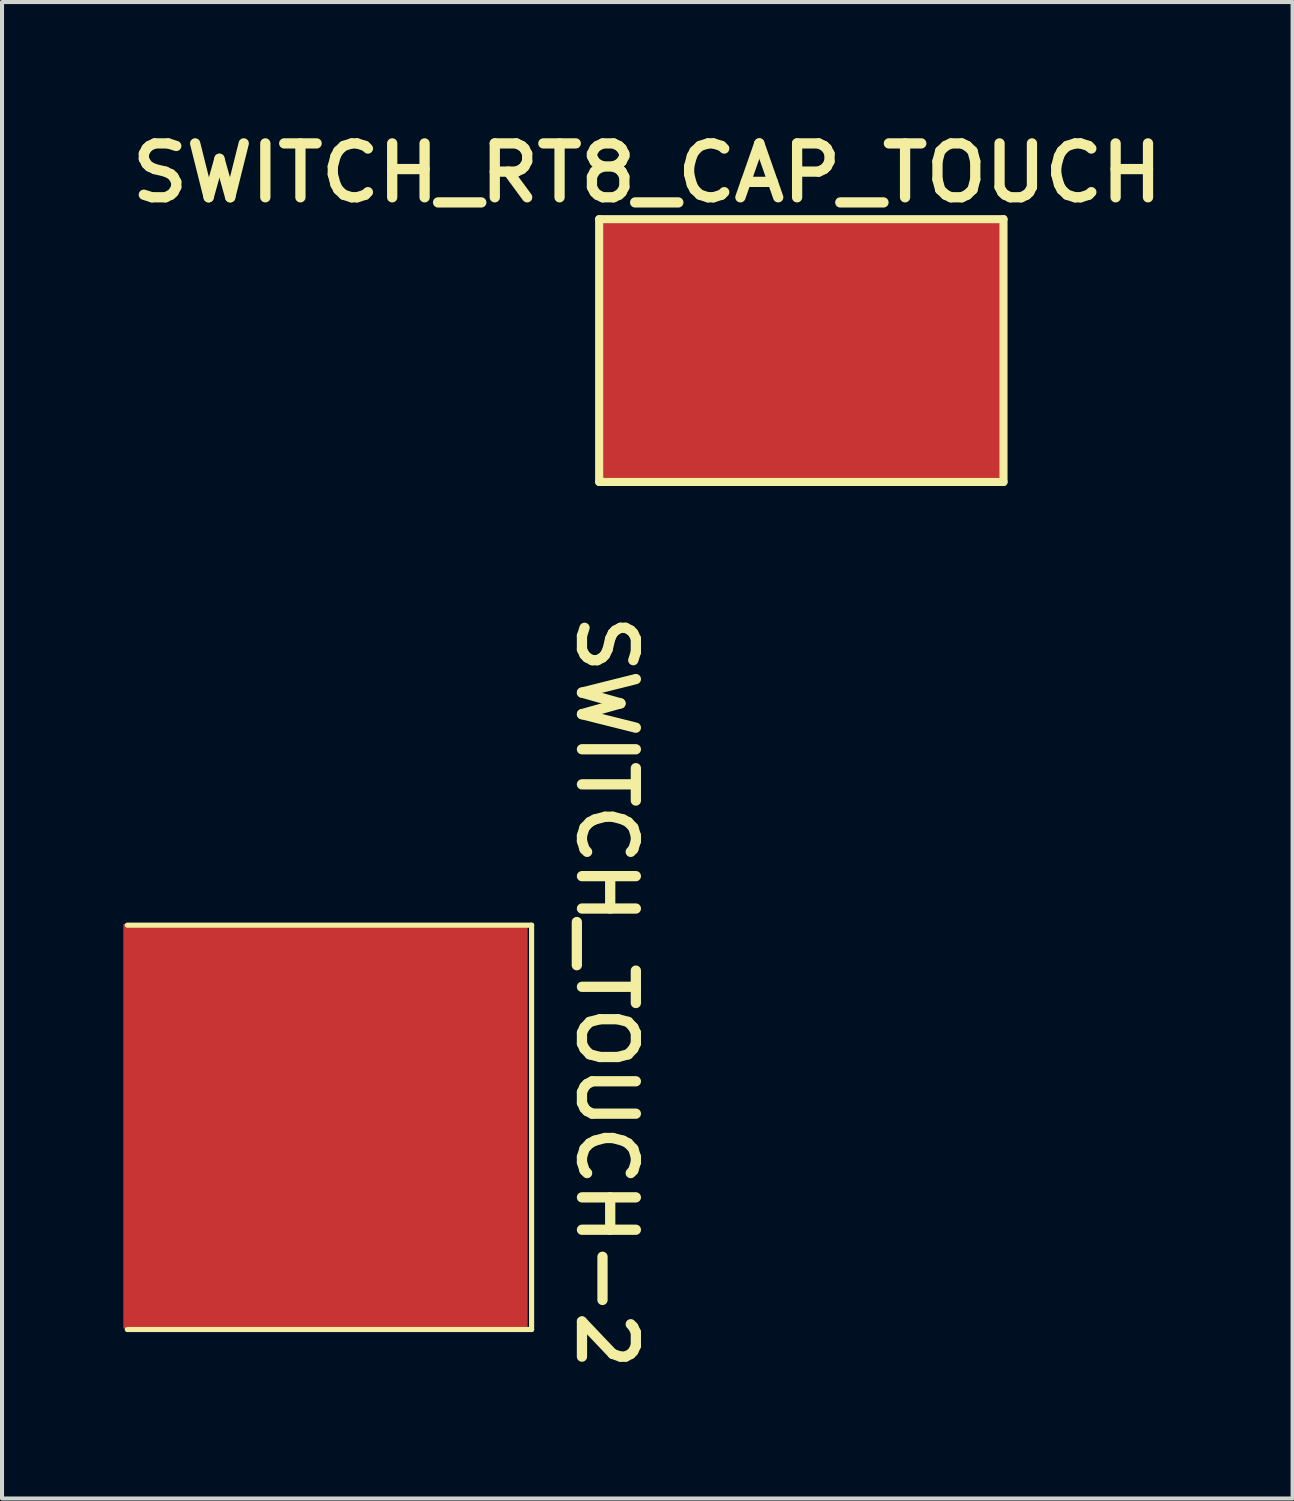
<source format=kicad_pcb>
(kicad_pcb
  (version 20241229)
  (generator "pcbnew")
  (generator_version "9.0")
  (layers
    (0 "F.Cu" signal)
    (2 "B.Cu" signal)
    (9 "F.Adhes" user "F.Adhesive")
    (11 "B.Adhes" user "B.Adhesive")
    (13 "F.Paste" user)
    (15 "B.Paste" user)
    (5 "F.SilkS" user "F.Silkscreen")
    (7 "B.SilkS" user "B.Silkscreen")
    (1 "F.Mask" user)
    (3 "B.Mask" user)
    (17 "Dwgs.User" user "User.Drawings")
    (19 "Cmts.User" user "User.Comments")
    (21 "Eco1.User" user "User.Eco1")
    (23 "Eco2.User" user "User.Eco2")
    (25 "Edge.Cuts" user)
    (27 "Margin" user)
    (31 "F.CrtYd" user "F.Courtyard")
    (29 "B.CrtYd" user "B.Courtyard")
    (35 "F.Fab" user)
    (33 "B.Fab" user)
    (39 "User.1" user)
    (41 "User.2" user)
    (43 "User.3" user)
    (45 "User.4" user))
  (footprint "SWITCH_RT8_CAP_TOUCH"
    (layer "F.Cu")
    (at 16.49 5.036)
    (property "Reference" "SWITCH_RT8_CAP_TOUCH" (at -3.531 -3.81 0) (unlocked yes) (layer "F.SilkS") (effects (font (size 1.333 1.402) (thickness 0.254))))
    (attr smd)
    (fp_line (start -4.721 3.834) (end -4.721 -2.666) (stroke (width 0.2) (type solid)) (layer "F.SilkS"))
    (fp_line (start 5.279 -2.666) (end -4.721 -2.666) (stroke (width 0.2) (type solid)) (layer "F.SilkS"))
    (fp_line (start 5.279 -2.666) (end 5.279 3.834) (stroke (width 0.2) (type solid)) (layer "F.SilkS"))
    (fp_line (start 5.279 3.834) (end -4.721 3.834) (stroke (width 0.2) (type solid)) (layer "F.SilkS"))
    (pad "1" smd rect (at 0.305 0.559) (size 10 6.4) (layers "F.Cu" "F.Mask" "F.Paste")))
  (footprint "SWITCH_TOUCH-2"
    (layer "F.Cu")
    (at 5.254 24.932)
    (property "Reference" "SWITCH_TOUCH-2" (at 6.693 -3.442 270) (unlocked yes) (layer "F.SilkS") (effects (font (size 1.333 1.402) (thickness 0.254))))
    (attr smd)
    (fp_line (start -5.156 -5.1) (end 4.844 -5.1) (stroke (width 0.127) (type solid)) (layer "F.SilkS"))
    (fp_line (start -5.156 4.9) (end 4.844 4.9) (stroke (width 0.127) (type solid)) (layer "F.SilkS"))
    (fp_line (start 4.844 4.9) (end 4.844 -5.1) (stroke (width 0.127) (type solid)) (layer "F.SilkS"))
    (pad "1" smd rect (at -0.254 -0.127 180) (size 10 10) (layers "F.Cu" "F.Mask" "F.Paste")))
  (gr_rect
    (start -3 -3)
    (end 28.919 34.012)
    (stroke (width 0.1) (type default))
    (fill no)
    (layer "Edge.Cuts")))
</source>
